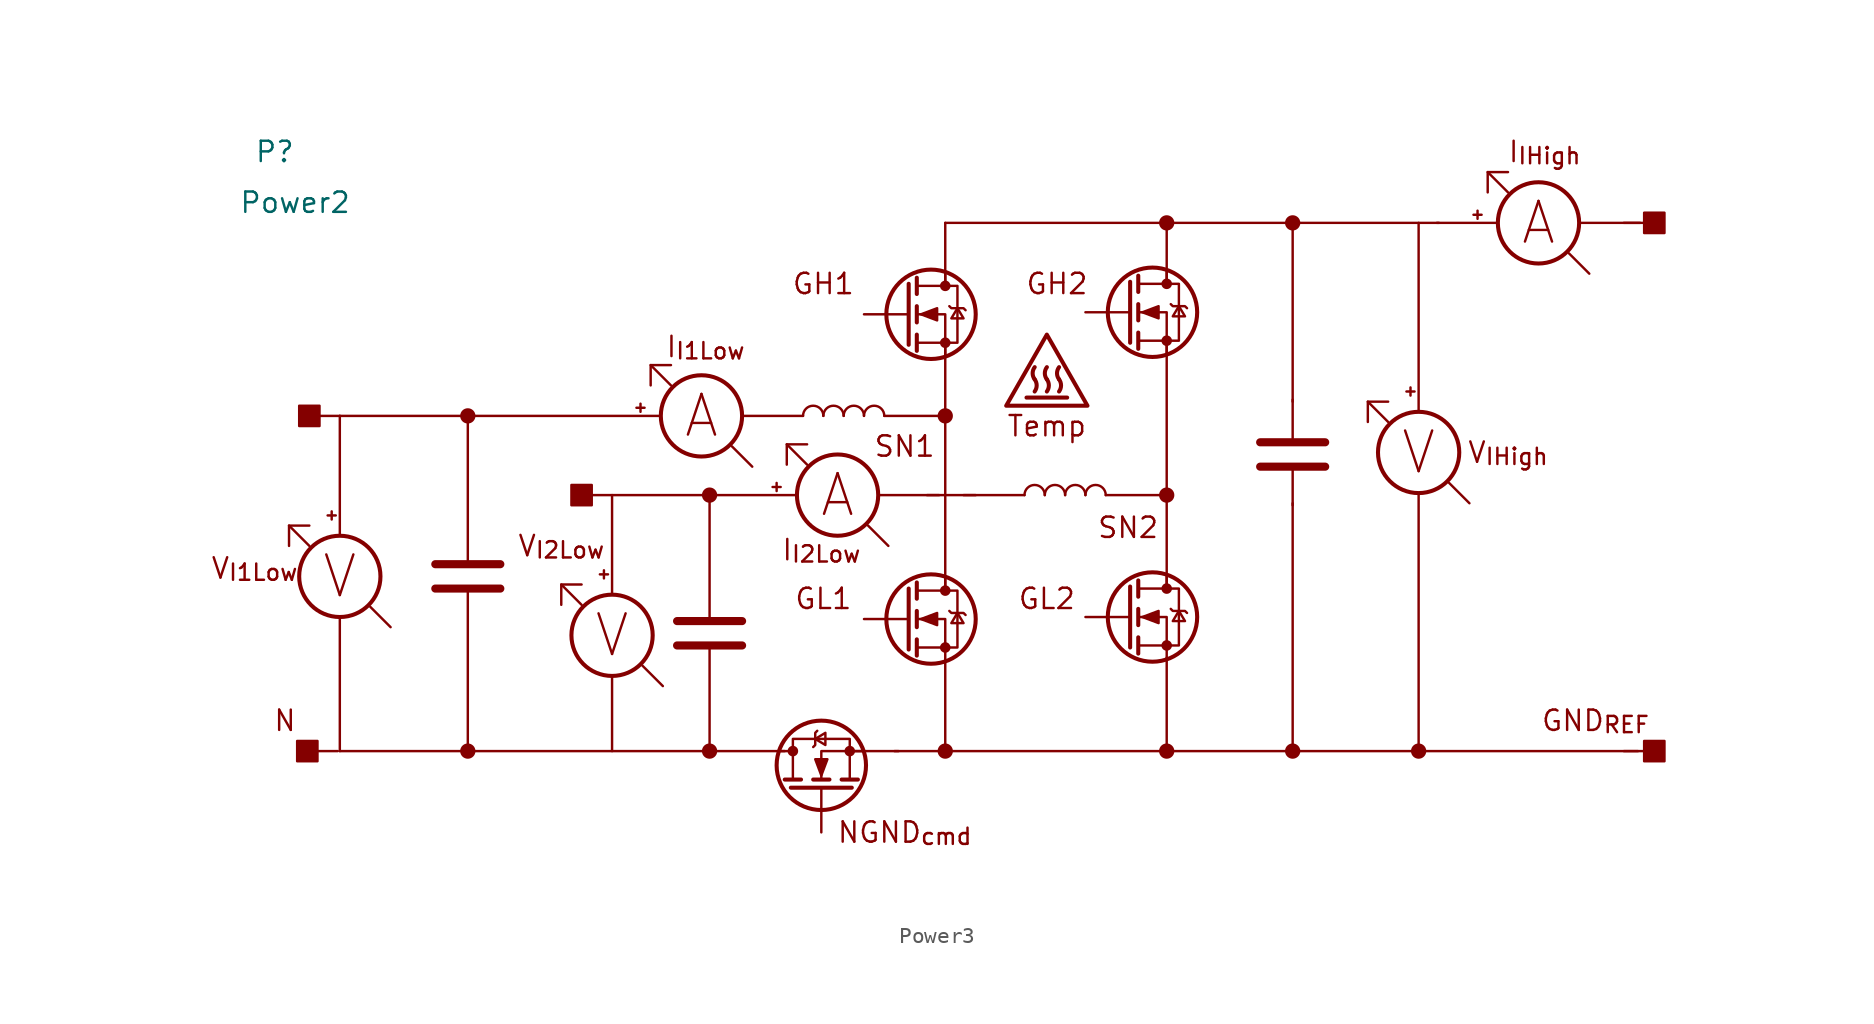
<source format=kicad_sym>
(kicad_symbol_lib
  (version 20220914)
  (generator kicad_symbol_editor)
  (symbol "Power3"
    (property "Reference" "P"
      (at 2.54 -1.905 0)
      (effects (font (size 1.27 1.27))))
    (property "Value" "Power2"
      (at 3.81 -5.08 0)
      (effects (font (size 1.27 1.27))))
    (symbol "Power3_0_0"
      (polyline (pts (xy 4.699 -26.543) (xy 3.429 -25.273)) (stroke (width 0) (type default)) (fill (type none)))
      (polyline (pts (xy 6.477 -39.37) (xy 5.207 -39.37)) (stroke (width 0) (type default)) (fill (type none)))
      (polyline (pts (xy 6.604 -18.415) (xy 5.334 -18.415)) (stroke (width 0) (type default)) (fill (type none)))
      (polyline (pts (xy 9.779 -31.623) (xy 8.509 -30.353)) (stroke (width 0) (type default)) (fill (type none)))
      (polyline (pts (xy 21.717 -30.226) (xy 20.447 -28.956)) (stroke (width 0) (type default)) (fill (type none)))
      (polyline (pts (xy 23.622 -23.368) (xy 22.352 -23.368)) (stroke (width 0) (type default)) (fill (type none)))
      (polyline (pts (xy 26.797 -35.306) (xy 25.527 -34.036)) (stroke (width 0) (type default)) (fill (type none)))
      (polyline (pts (xy 27.305 -16.51) (xy 26.035 -15.24)) (stroke (width 0) (type default)) (fill (type none)))
      (polyline (pts (xy 32.385 -21.59) (xy 31.115 -20.32)) (stroke (width 0) (type default)) (fill (type none)))
      (polyline (pts (xy 35.814 -21.463) (xy 34.544 -20.193)) (stroke (width 0) (type default)) (fill (type none)))
      (polyline (pts (xy 40.894 -26.543) (xy 39.624 -25.273)) (stroke (width 0) (type default)) (fill (type none)))
      (polyline (pts (xy 72.136 -18.796) (xy 70.866 -17.526)) (stroke (width 0) (type default)) (fill (type none)))
      (polyline (pts (xy 77.216 -23.876) (xy 75.946 -22.606)) (stroke (width 0) (type default)) (fill (type none)))
      (polyline (pts (xy 79.629 -4.445) (xy 78.359 -3.175)) (stroke (width 0) (type default)) (fill (type none)))
      (polyline (pts (xy 84.709 -9.525) (xy 83.439 -8.255)) (stroke (width 0) (type default)) (fill (type none)))
      (polyline (pts (xy 86.868 -39.37) (xy 88.138 -39.37)) (stroke (width 0) (type default)) (fill (type none)))
      (polyline (pts (xy 86.868 -6.35) (xy 88.138 -6.35)) (stroke (width 0) (type default)) (fill (type none)))
      (polyline (pts (xy 4.699 -25.273) (xy 3.429 -25.273) (xy 3.429 -26.543)) (stroke (width 0) (type default)) (fill (type none)))
      (polyline (pts (xy 21.717 -28.956) (xy 20.447 -28.956) (xy 20.447 -30.226)) (stroke (width 0) (type default)) (fill (type none)))
      (polyline (pts (xy 26.035 -16.51) (xy 26.035 -15.24) (xy 27.305 -15.24)) (stroke (width 0) (type default)) (fill (type none)))
      (polyline (pts (xy 34.544 -21.463) (xy 34.544 -20.193) (xy 35.814 -20.193)) (stroke (width 0) (type default)) (fill (type none)))
      (polyline (pts (xy 72.136 -17.526) (xy 70.866 -17.526) (xy 70.866 -18.796)) (stroke (width 0) (type default)) (fill (type none)))
      (polyline (pts (xy 78.359 -4.445) (xy 78.359 -3.175) (xy 79.629 -3.175)) (stroke (width 0) (type default)) (fill (type none)))
      (rectangle (start 3.937 -38.735) (end 5.207 -40.005) (stroke (width 0) (type default)) (fill (type outline)))
      (rectangle (start 4.064 -17.78) (end 5.334 -19.05) (stroke (width 0) (type default)) (fill (type outline)))
      (rectangle (start 21.082 -22.733) (end 22.352 -24.003) (stroke (width 0) (type default)) (fill (type outline)))
      (rectangle (start 89.408 -40.005) (end 88.138 -38.735) (stroke (width 0) (type default)) (fill (type outline)))
      (rectangle (start 89.408 -6.985) (end 88.138 -5.715) (stroke (width 0) (type default)) (fill (type outline)))
      (text "A" (at 29.21 -18.415 0) (effects (font (size 2.54 2.54))))
      (text "A" (at 37.719 -23.368 0) (effects (font (size 2.54 2.54))))
      (text "A" (at 81.534 -6.35 0) (effects (font (size 2.54 2.54))))
      (text "GH1" (at 36.83 -10.16 0) (effects (font (size 1.27 1.27))))
      (text "GH2" (at 51.435 -10.16 0) (effects (font (size 1.27 1.27))))
      (text "GL1" (at 36.83 -29.845 0) (effects (font (size 1.27 1.27))))
      (text "GL2" (at 50.8 -29.845 0) (effects (font (size 1.27 1.27))))
      (text "GND_{REF}" (at 85.09 -37.465 0) (effects (font (size 1.27 1.27))))
      (text "I_{I1Low}" (at 29.464 -14.097 0) (effects (font (size 1.27 1.27))))
      (text "I_{I2Low}" (at 36.703 -26.797 0) (effects (font (size 1.27 1.27))))
      (text "I_{IHigh}" (at 81.915 -1.905 0) (effects (font (size 1.27 1.27))))
      (text "N" (at 3.175 -37.465 0) (effects (font (size 1.27 1.27))))
      (text "NGND_{cmd}" (at 41.91 -44.45 0) (effects (font (size 1.27 1.27))))
      (text "SN1" (at 41.91 -20.32 0) (effects (font (size 1.27 1.27))))
      (text "SN2" (at 55.88 -25.4 0) (effects (font (size 1.27 1.27))))
      (text "Temp" (at 50.8 -19.05 0) (effects (font (size 1.27 1.27))))
      (text "V" (at 6.604 -28.448 0) (effects (font (size 2.54 2.54))))
      (text "V" (at 23.622 -32.131 0) (effects (font (size 2.54 2.54))))
      (text "V" (at 74.041 -20.701 0) (effects (font (size 2.54 2.54))))
      (text "V_{I1Low}" (at 1.27 -27.94 0) (effects (font (size 1.27 1.27))))
      (text "V_{I2Low}" (at 20.447 -26.543 0) (effects (font (size 1.27 1.27))))
      (text "V_{IHigh}" (at 79.629 -20.701 0) (effects (font (size 1.27 1.27)))))
    (symbol "Power3_0_1"
      (polyline (pts (xy 6.096 -24.384) (xy 6.096 -24.892)) (stroke (width 0) (type default)) (fill (type none)))
      (polyline (pts (xy 6.35 -24.638) (xy 5.842 -24.638)) (stroke (width 0) (type default)) (fill (type none)))
      (polyline (pts (xy 6.604 -30.988) (xy 6.604 -39.37)) (stroke (width 0) (type default)) (fill (type none)))
      (polyline (pts (xy 6.604 -25.908) (xy 6.604 -18.415)) (stroke (width 0) (type default)) (fill (type none)))
      (polyline (pts (xy 12.573 -29.21) (xy 16.637 -29.21)) (stroke (width 0.508) (type default)) (fill (type none)))
      (polyline (pts (xy 12.573 -27.686) (xy 16.637 -27.686)) (stroke (width 0.508) (type default)) (fill (type none)))
      (polyline (pts (xy 14.605 -39.37) (xy 14.605 -29.21)) (stroke (width 0) (type default)) (fill (type none)))
      (polyline (pts (xy 14.605 -27.432) (xy 14.605 -18.415)) (stroke (width 0) (type default)) (fill (type none)))
      (polyline (pts (xy 23.114 -28.067) (xy 23.114 -28.575)) (stroke (width 0) (type default)) (fill (type none)))
      (polyline (pts (xy 23.368 -28.321) (xy 22.86 -28.321)) (stroke (width 0) (type default)) (fill (type none)))
      (polyline (pts (xy 23.622 -34.671) (xy 23.622 -39.37)) (stroke (width 0) (type default)) (fill (type none)))
      (polyline (pts (xy 23.622 -29.591) (xy 23.622 -23.368)) (stroke (width 0) (type default)) (fill (type none)))
      (polyline (pts (xy 25.146 -17.907) (xy 25.654 -17.907)) (stroke (width 0) (type default)) (fill (type none)))
      (polyline (pts (xy 25.4 -18.161) (xy 25.4 -17.653)) (stroke (width 0) (type default)) (fill (type none)))
      (polyline (pts (xy 26.543 -18.415) (xy 6.604 -18.415)) (stroke (width 0) (type default)) (fill (type none)))
      (polyline (pts (xy 27.686 -32.766) (xy 31.75 -32.766)) (stroke (width 0.508) (type default)) (fill (type none)))
      (polyline (pts (xy 27.686 -31.242) (xy 31.75 -31.242)) (stroke (width 0.508) (type default)) (fill (type none)))
      (polyline (pts (xy 29.718 -39.37) (xy 29.718 -32.766)) (stroke (width 0) (type default)) (fill (type none)))
      (polyline (pts (xy 29.718 -30.988) (xy 29.718 -23.368)) (stroke (width 0) (type default)) (fill (type none)))
      (polyline (pts (xy 31.75 -18.415) (xy 35.56 -18.415)) (stroke (width 0) (type default)) (fill (type none)))
      (polyline (pts (xy 33.655 -22.86) (xy 34.163 -22.86)) (stroke (width 0) (type default)) (fill (type none)))
      (polyline (pts (xy 33.909 -23.114) (xy 33.909 -22.606)) (stroke (width 0) (type default)) (fill (type none)))
      (polyline (pts (xy 34.163 -39.37) (xy 34.925 -39.37)) (stroke (width 0) (type default)) (fill (type none)))
      (polyline (pts (xy 34.417 -41.148) (xy 35.433 -41.148)) (stroke (width 0.254) (type default)) (fill (type none)))
      (polyline (pts (xy 34.417 -39.37) (xy 6.604 -39.37)) (stroke (width 0) (type default)) (fill (type none)))
      (polyline (pts (xy 34.798 -41.656) (xy 38.608 -41.656)) (stroke (width 0.254) (type default)) (fill (type none)))
      (polyline (pts (xy 35.179 -23.368) (xy 23.622 -23.368)) (stroke (width 0) (type default)) (fill (type none)))
      (polyline (pts (xy 36.195 -41.148) (xy 37.211 -41.148)) (stroke (width 0.254) (type default)) (fill (type none)))
      (polyline (pts (xy 36.703 -41.656) (xy 36.703 -44.45)) (stroke (width 0) (type default)) (fill (type none)))
      (polyline (pts (xy 37.973 -41.148) (xy 38.989 -41.148)) (stroke (width 0.254) (type default)) (fill (type none)))
      (polyline (pts (xy 40.259 -23.368) (xy 44.069 -23.368)) (stroke (width 0) (type default)) (fill (type none)))
      (polyline (pts (xy 40.64 -18.415) (xy 44.45 -18.415)) (stroke (width 0) (type default)) (fill (type none)))
      (polyline (pts (xy 41.529 -39.37) (xy 38.735 -39.37)) (stroke (width 0) (type default)) (fill (type none)))
      (polyline (pts (xy 42.164 -31.115) (xy 39.37 -31.115)) (stroke (width 0) (type default)) (fill (type none)))
      (polyline (pts (xy 42.164 -29.21) (xy 42.164 -33.02)) (stroke (width 0.254) (type default)) (fill (type none)))
      (polyline (pts (xy 42.164 -12.065) (xy 39.37 -12.065)) (stroke (width 0) (type default)) (fill (type none)))
      (polyline (pts (xy 42.164 -10.16) (xy 42.164 -13.97)) (stroke (width 0.254) (type default)) (fill (type none)))
      (polyline (pts (xy 42.672 -32.385) (xy 42.672 -33.401)) (stroke (width 0.254) (type default)) (fill (type none)))
      (polyline (pts (xy 42.672 -30.607) (xy 42.672 -31.623)) (stroke (width 0.254) (type default)) (fill (type none)))
      (polyline (pts (xy 42.672 -28.829) (xy 42.672 -29.845)) (stroke (width 0.254) (type default)) (fill (type none)))
      (polyline (pts (xy 42.672 -13.335) (xy 42.672 -14.351)) (stroke (width 0.254) (type default)) (fill (type none)))
      (polyline (pts (xy 42.672 -11.557) (xy 42.672 -12.573)) (stroke (width 0.254) (type default)) (fill (type none)))
      (polyline (pts (xy 42.672 -9.779) (xy 42.672 -10.795)) (stroke (width 0.254) (type default)) (fill (type none)))
      (polyline (pts (xy 43.307 -23.368) (xy 46.355 -23.368)) (stroke (width 0) (type default)) (fill (type none)))
      (polyline (pts (xy 44.45 -39.37) (xy 87.757 -39.37)) (stroke (width 0) (type default)) (fill (type none)))
      (polyline (pts (xy 44.45 -33.655) (xy 44.45 -39.37)) (stroke (width 0) (type default)) (fill (type none)))
      (polyline (pts (xy 44.45 -28.575) (xy 44.45 -29.337)) (stroke (width 0) (type default)) (fill (type none)))
      (polyline (pts (xy 44.45 -13.843) (xy 44.45 -29.21)) (stroke (width 0) (type default)) (fill (type none)))
      (polyline (pts (xy 44.45 -10.16) (xy 44.45 -6.35)) (stroke (width 0) (type default)) (fill (type none)))
      (polyline (pts (xy 44.45 -9.525) (xy 44.45 -10.287)) (stroke (width 0) (type default)) (fill (type none)))
      (polyline (pts (xy 44.577 -39.37) (xy 41.275 -39.37)) (stroke (width 0) (type default)) (fill (type none)))
      (polyline (pts (xy 45.593 -23.368) (xy 49.403 -23.368)) (stroke (width 0) (type default)) (fill (type none)))
      (polyline (pts (xy 52.07 -17.272) (xy 49.53 -17.272)) (stroke (width 0.254) (type default)) (fill (type none)))
      (polyline (pts (xy 54.483 -23.368) (xy 58.293 -23.368)) (stroke (width 0) (type default)) (fill (type none)))
      (polyline (pts (xy 56.007 -30.988) (xy 53.213 -30.988)) (stroke (width 0) (type default)) (fill (type none)))
      (polyline (pts (xy 56.007 -29.083) (xy 56.007 -32.893)) (stroke (width 0.254) (type default)) (fill (type none)))
      (polyline (pts (xy 56.007 -11.938) (xy 53.213 -11.938)) (stroke (width 0) (type default)) (fill (type none)))
      (polyline (pts (xy 56.007 -10.033) (xy 56.007 -13.843)) (stroke (width 0.254) (type default)) (fill (type none)))
      (polyline (pts (xy 56.515 -32.258) (xy 56.515 -33.274)) (stroke (width 0.254) (type default)) (fill (type none)))
      (polyline (pts (xy 56.515 -30.48) (xy 56.515 -31.496)) (stroke (width 0.254) (type default)) (fill (type none)))
      (polyline (pts (xy 56.515 -28.702) (xy 56.515 -29.718)) (stroke (width 0.254) (type default)) (fill (type none)))
      (polyline (pts (xy 56.515 -13.208) (xy 56.515 -14.224)) (stroke (width 0.254) (type default)) (fill (type none)))
      (polyline (pts (xy 56.515 -11.43) (xy 56.515 -12.446)) (stroke (width 0.254) (type default)) (fill (type none)))
      (polyline (pts (xy 56.515 -9.652) (xy 56.515 -10.668)) (stroke (width 0.254) (type default)) (fill (type none)))
      (polyline (pts (xy 58.293 -33.528) (xy 58.293 -39.37)) (stroke (width 0) (type default)) (fill (type none)))
      (polyline (pts (xy 58.293 -28.448) (xy 58.293 -29.21)) (stroke (width 0) (type default)) (fill (type none)))
      (polyline (pts (xy 58.293 -13.716) (xy 58.293 -29.083)) (stroke (width 0) (type default)) (fill (type none)))
      (polyline (pts (xy 58.293 -10.033) (xy 58.293 -6.35)) (stroke (width 0) (type default)) (fill (type none)))
      (polyline (pts (xy 58.293 -9.398) (xy 58.293 -10.16)) (stroke (width 0) (type default)) (fill (type none)))
      (polyline (pts (xy 64.135 -21.59) (xy 68.199 -21.59)) (stroke (width 0.508) (type default)) (fill (type none)))
      (polyline (pts (xy 64.135 -20.066) (xy 68.199 -20.066)) (stroke (width 0.508) (type default)) (fill (type none)))
      (polyline (pts (xy 66.167 -24.003) (xy 66.167 -21.59)) (stroke (width 0) (type default)) (fill (type none)))
      (polyline (pts (xy 66.167 -23.876) (xy 66.167 -39.37)) (stroke (width 0) (type default)) (fill (type none)))
      (polyline (pts (xy 66.167 -19.812) (xy 66.167 -17.399)) (stroke (width 0) (type default)) (fill (type none)))
      (polyline (pts (xy 66.167 -17.526) (xy 66.167 -6.35)) (stroke (width 0) (type default)) (fill (type none)))
      (polyline (pts (xy 73.533 -16.637) (xy 73.533 -17.145)) (stroke (width 0) (type default)) (fill (type none)))
      (polyline (pts (xy 73.787 -16.891) (xy 73.279 -16.891)) (stroke (width 0) (type default)) (fill (type none)))
      (polyline (pts (xy 74.041 -23.241) (xy 74.041 -39.37)) (stroke (width 0) (type default)) (fill (type none)))
      (polyline (pts (xy 74.041 -18.161) (xy 74.041 -6.35)) (stroke (width 0) (type default)) (fill (type none)))
      (polyline (pts (xy 75.311 -6.35) (xy 44.45 -6.35)) (stroke (width 0) (type default)) (fill (type none)))
      (polyline (pts (xy 77.47 -5.842) (xy 77.978 -5.842)) (stroke (width 0) (type default)) (fill (type none)))
      (polyline (pts (xy 77.724 -6.096) (xy 77.724 -5.588)) (stroke (width 0) (type default)) (fill (type none)))
      (polyline (pts (xy 78.994 -6.35) (xy 75.184 -6.35)) (stroke (width 0) (type default)) (fill (type none)))
      (polyline (pts (xy 84.074 -6.35) (xy 87.884 -6.35)) (stroke (width 0) (type default)) (fill (type none)))
      (polyline (pts (xy 39.243 -39.37) (xy 36.703 -39.37) (xy 36.703 -41.148)) (stroke (width 0) (type default)) (fill (type none)))
      (polyline (pts (xy 44.45 -33.655) (xy 44.45 -31.115) (xy 42.672 -31.115)) (stroke (width 0) (type default)) (fill (type none)))
      (polyline (pts (xy 44.45 -14.605) (xy 44.45 -12.065) (xy 42.672 -12.065)) (stroke (width 0) (type default)) (fill (type none)))
      (polyline (pts (xy 58.293 -33.528) (xy 58.293 -30.988) (xy 56.515 -30.988)) (stroke (width 0) (type default)) (fill (type none)))
      (polyline (pts (xy 58.293 -14.478) (xy 58.293 -11.938) (xy 56.515 -11.938)) (stroke (width 0) (type default)) (fill (type none)))
      (polyline (pts (xy 36.195 -39.116) (xy 36.322 -38.989) (xy 36.322 -38.227) (xy 36.449 -38.1)) (stroke (width 0) (type default)) (fill (type none)))
      (polyline (pts (xy 36.322 -38.608) (xy 36.957 -38.989) (xy 36.957 -38.227) (xy 36.322 -38.608)) (stroke (width 0) (type default)) (fill (type none)))
      (polyline (pts (xy 36.703 -40.894) (xy 36.322 -39.878) (xy 37.084 -39.878) (xy 36.703 -40.894)) (stroke (width 0) (type default)) (fill (type outline)))
      (polyline (pts (xy 38.481 -41.148) (xy 38.481 -38.608) (xy 34.925 -38.608) (xy 34.925 -41.148)) (stroke (width 0) (type default)) (fill (type none)))
      (polyline (pts (xy 42.672 -32.893) (xy 45.212 -32.893) (xy 45.212 -29.337) (xy 42.672 -29.337)) (stroke (width 0) (type default)) (fill (type none)))
      (polyline (pts (xy 42.672 -13.843) (xy 45.212 -13.843) (xy 45.212 -10.287) (xy 42.672 -10.287)) (stroke (width 0) (type default)) (fill (type none)))
      (polyline (pts (xy 42.926 -31.115) (xy 43.942 -30.734) (xy 43.942 -31.496) (xy 42.926 -31.115)) (stroke (width 0) (type default)) (fill (type outline)))
      (polyline (pts (xy 42.926 -12.065) (xy 43.942 -11.684) (xy 43.942 -12.446) (xy 42.926 -12.065)) (stroke (width 0) (type default)) (fill (type outline)))
      (polyline (pts (xy 44.704 -30.607) (xy 44.831 -30.734) (xy 45.593 -30.734) (xy 45.72 -30.861)) (stroke (width 0) (type default)) (fill (type none)))
      (polyline (pts (xy 44.704 -11.557) (xy 44.831 -11.684) (xy 45.593 -11.684) (xy 45.72 -11.811)) (stroke (width 0) (type default)) (fill (type none)))
      (polyline (pts (xy 45.212 -30.734) (xy 44.831 -31.369) (xy 45.593 -31.369) (xy 45.212 -30.734)) (stroke (width 0) (type default)) (fill (type none)))
      (polyline (pts (xy 45.212 -11.684) (xy 44.831 -12.319) (xy 45.593 -12.319) (xy 45.212 -11.684)) (stroke (width 0) (type default)) (fill (type none)))
      (polyline (pts (xy 48.26 -17.78) (xy 53.34 -17.78) (xy 50.8 -13.335) (xy 48.26 -17.78)) (stroke (width 0.254) (type default)) (fill (type none)))
      (polyline (pts (xy 56.515 -32.766) (xy 59.055 -32.766) (xy 59.055 -29.21) (xy 56.515 -29.21)) (stroke (width 0) (type default)) (fill (type none)))
      (polyline (pts (xy 56.515 -13.716) (xy 59.055 -13.716) (xy 59.055 -10.16) (xy 56.515 -10.16)) (stroke (width 0) (type default)) (fill (type none)))
      (polyline (pts (xy 56.769 -30.988) (xy 57.785 -30.607) (xy 57.785 -31.369) (xy 56.769 -30.988)) (stroke (width 0) (type default)) (fill (type outline)))
      (polyline (pts (xy 56.769 -11.938) (xy 57.785 -11.557) (xy 57.785 -12.319) (xy 56.769 -11.938)) (stroke (width 0) (type default)) (fill (type outline)))
      (polyline (pts (xy 58.547 -30.48) (xy 58.674 -30.607) (xy 59.436 -30.607) (xy 59.563 -30.734)) (stroke (width 0) (type default)) (fill (type none)))
      (polyline (pts (xy 58.547 -11.43) (xy 58.674 -11.557) (xy 59.436 -11.557) (xy 59.563 -11.684)) (stroke (width 0) (type default)) (fill (type none)))
      (polyline (pts (xy 59.055 -30.607) (xy 58.674 -31.242) (xy 59.436 -31.242) (xy 59.055 -30.607)) (stroke (width 0) (type default)) (fill (type none)))
      (polyline (pts (xy 59.055 -11.557) (xy 58.674 -12.192) (xy 59.436 -12.192) (xy 59.055 -11.557)) (stroke (width 0) (type default)) (fill (type none)))
      (circle (center 6.604 -28.448) (radius 2.54) (stroke (width 0.254) (type default)) (fill (type none)))
      (circle (center 14.605 -39.37) (radius 0.402) (stroke (width 0) (type default)) (fill (type outline)))
      (circle (center 14.605 -18.415) (radius 0.402) (stroke (width 0) (type default)) (fill (type outline)))
      (circle (center 23.622 -32.131) (radius 2.54) (stroke (width 0.254) (type default)) (fill (type none)))
      (circle (center 29.21 -18.415) (radius 2.54) (stroke (width 0.254) (type default)) (fill (type none)))
      (circle (center 29.718 -39.37) (radius 0.402) (stroke (width 0) (type default)) (fill (type outline)))
      (circle (center 29.718 -23.368) (radius 0.402) (stroke (width 0) (type default)) (fill (type outline)))
      (circle (center 34.925 -39.37) (radius 0.254) (stroke (width 0) (type default)) (fill (type outline)))
      (circle (center 36.703 -40.259) (radius 2.794) (stroke (width 0.254) (type default)) (fill (type none)))
      (arc (start 36.83 -18.415) (mid 36.195 -17.7827) (end 35.56 -18.415) (stroke (width 0) (type default)) (fill (type none)))
      (circle (center 37.719 -23.368) (radius 2.54) (stroke (width 0.254) (type default)) (fill (type none)))
      (arc (start 38.1 -18.415) (mid 37.465 -17.7827) (end 36.83 -18.415) (stroke (width 0) (type default)) (fill (type none)))
      (circle (center 38.481 -39.37) (radius 0.254) (stroke (width 0) (type default)) (fill (type outline)))
      (arc (start 39.37 -18.415) (mid 38.735 -17.7827) (end 38.1 -18.415) (stroke (width 0) (type default)) (fill (type none)))
      (arc (start 40.64 -18.415) (mid 40.005 -17.7827) (end 39.37 -18.415) (stroke (width 0) (type default)) (fill (type none)))
      (circle (center 43.561 -31.115) (radius 2.794) (stroke (width 0.254) (type default)) (fill (type none)))
      (circle (center 43.561 -12.065) (radius 2.794) (stroke (width 0.254) (type default)) (fill (type none)))
      (circle (center 44.45 -39.37) (radius 0.402) (stroke (width 0) (type default)) (fill (type outline)))
      (circle (center 44.45 -32.893) (radius 0.254) (stroke (width 0) (type default)) (fill (type outline)))
      (circle (center 44.45 -29.337) (radius 0.254) (stroke (width 0) (type default)) (fill (type outline)))
      (circle (center 44.45 -18.415) (radius 0.402) (stroke (width 0) (type default)) (fill (type outline)))
      (circle (center 44.45 -13.843) (radius 0.254) (stroke (width 0) (type default)) (fill (type outline)))
      (circle (center 44.45 -10.287) (radius 0.254) (stroke (width 0) (type default)) (fill (type outline)))
      (arc (start 50.038 -16.891) (mid 50.165 -16.51) (end 50.038 -16.129) (stroke (width 0.254) (type default)) (fill (type none)))
      (arc (start 50.038 -15.367) (mid 49.9106 -15.7484) (end 50.038 -16.129) (stroke (width 0.254) (type default)) (fill (type none)))
      (arc (start 50.673 -23.368) (mid 50.038 -22.7357) (end 49.403 -23.368) (stroke (width 0) (type default)) (fill (type none)))
      (arc (start 50.8 -16.891) (mid 50.9266 -16.51) (end 50.8 -16.129) (stroke (width 0.254) (type default)) (fill (type none)))
      (arc (start 50.8 -15.367) (mid 50.6722 -15.7484) (end 50.8 -16.129) (stroke (width 0.254) (type default)) (fill (type none)))
      (arc (start 51.562 -16.891) (mid 51.6882 -16.51) (end 51.562 -16.129) (stroke (width 0.254) (type default)) (fill (type none)))
      (arc (start 51.562 -15.367) (mid 51.4338 -15.7484) (end 51.562 -16.129) (stroke (width 0.254) (type default)) (fill (type none)))
      (arc (start 51.943 -23.368) (mid 51.308 -22.7357) (end 50.673 -23.368) (stroke (width 0) (type default)) (fill (type none)))
      (arc (start 53.213 -23.368) (mid 52.578 -22.7357) (end 51.943 -23.368) (stroke (width 0) (type default)) (fill (type none)))
      (arc (start 54.483 -23.368) (mid 53.848 -22.7357) (end 53.213 -23.368) (stroke (width 0) (type default)) (fill (type none)))
      (circle (center 57.404 -30.988) (radius 2.794) (stroke (width 0.254) (type default)) (fill (type none)))
      (circle (center 57.404 -11.938) (radius 2.794) (stroke (width 0.254) (type default)) (fill (type none)))
      (circle (center 58.293 -39.37) (radius 0.402) (stroke (width 0) (type default)) (fill (type outline)))
      (circle (center 58.293 -32.766) (radius 0.254) (stroke (width 0) (type default)) (fill (type outline)))
      (circle (center 58.293 -29.21) (radius 0.254) (stroke (width 0) (type default)) (fill (type outline)))
      (circle (center 58.293 -23.368) (radius 0.402) (stroke (width 0) (type default)) (fill (type outline)))
      (circle (center 58.293 -13.716) (radius 0.254) (stroke (width 0) (type default)) (fill (type outline)))
      (circle (center 58.293 -10.16) (radius 0.254) (stroke (width 0) (type default)) (fill (type outline)))
      (circle (center 58.293 -6.35) (radius 0.402) (stroke (width 0) (type default)) (fill (type outline)))
      (circle (center 66.167 -39.37) (radius 0.402) (stroke (width 0) (type default)) (fill (type outline)))
      (circle (center 66.167 -6.35) (radius 0.402) (stroke (width 0) (type default)) (fill (type outline)))
      (circle (center 74.041 -39.37) (radius 0.402) (stroke (width 0) (type default)) (fill (type outline)))
      (circle (center 74.041 -20.701) (radius 2.54) (stroke (width 0.254) (type default)) (fill (type none)))
      (circle (center 81.534 -6.35) (radius 2.54) (stroke (width 0.254) (type default)) (fill (type none))))))
</source>
